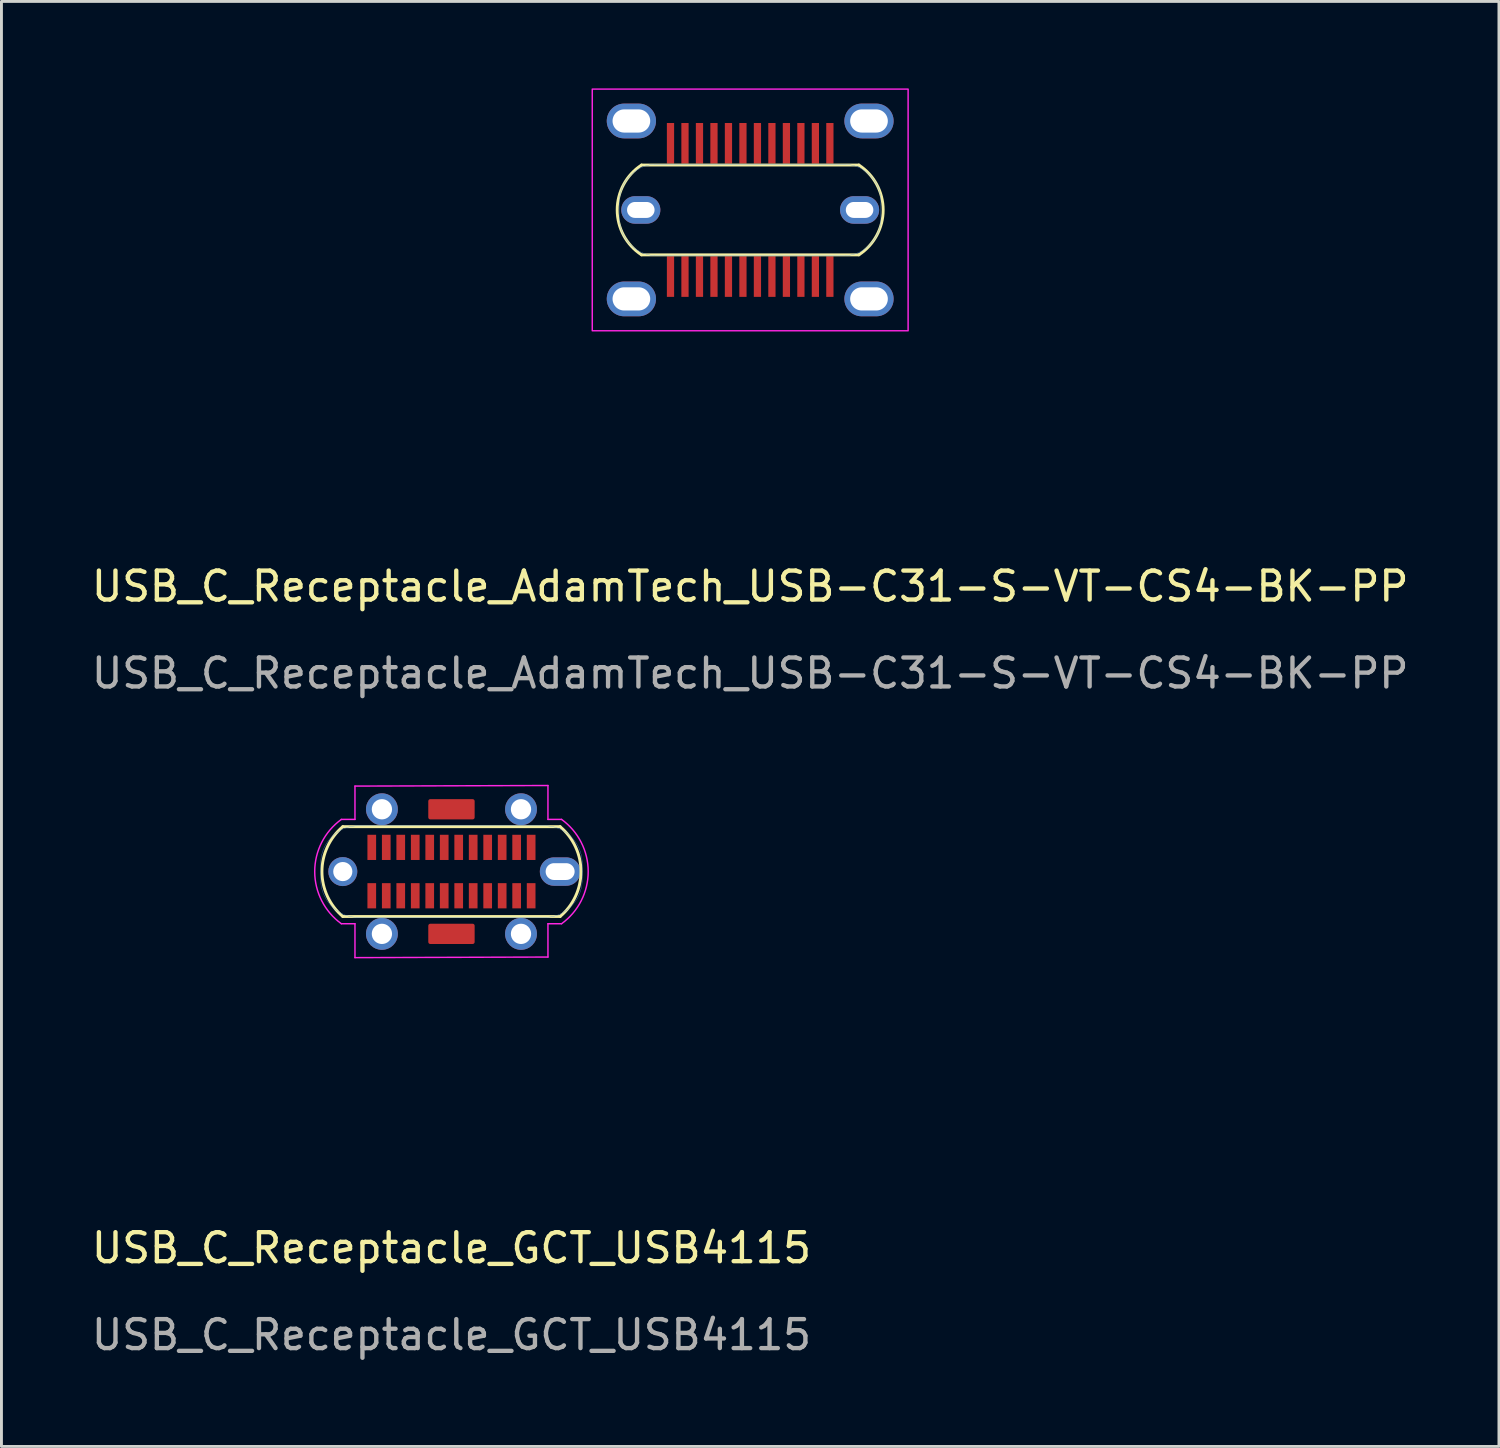
<source format=kicad_pcb>
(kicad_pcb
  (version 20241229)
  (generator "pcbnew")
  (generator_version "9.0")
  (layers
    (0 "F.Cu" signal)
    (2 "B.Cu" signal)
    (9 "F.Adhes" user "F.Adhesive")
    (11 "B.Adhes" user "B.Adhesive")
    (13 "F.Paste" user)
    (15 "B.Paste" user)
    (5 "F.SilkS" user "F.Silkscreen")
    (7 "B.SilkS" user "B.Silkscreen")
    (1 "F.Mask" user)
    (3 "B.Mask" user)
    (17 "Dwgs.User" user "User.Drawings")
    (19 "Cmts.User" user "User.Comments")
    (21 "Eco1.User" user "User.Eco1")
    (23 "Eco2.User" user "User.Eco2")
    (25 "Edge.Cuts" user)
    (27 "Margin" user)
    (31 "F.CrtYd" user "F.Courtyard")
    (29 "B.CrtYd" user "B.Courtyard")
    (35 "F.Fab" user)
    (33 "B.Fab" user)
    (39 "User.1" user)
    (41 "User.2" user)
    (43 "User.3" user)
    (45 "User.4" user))
  (footprint "USB_C_Receptacle_GCT_USB4115"
    (layer "F.Cu")
    (at 12.53 27.028)
    (property "Reference" "USB_C_Receptacle_GCT_USB4115" (at 0 12.99 0) (unlocked yes) (layer "F.SilkS") (effects (font (size 1 1) (thickness 0.15))))
    (attr through_hole)
    (fp_line (start -3.75 -1.55) (end 3.75 -1.55) (stroke (width 0.1) (type solid)) (layer "F.SilkS"))
    (fp_line (start -3.75 1.55) (end 3.75 1.55) (stroke (width 0.1) (type solid)) (layer "F.SilkS"))
    (fp_arc (start -3.75 1.55) (mid -4.469378 0) (end -3.75 -1.55) (stroke (width 0.1) (type solid)) (layer "F.SilkS"))
    (fp_arc (start 3.75 -1.55) (mid 4.469486 0) (end 3.75 1.55) (stroke (width 0.1) (type solid)) (layer "F.SilkS"))
    (fp_line (start -4.51 -0.2) (end -4.51 0.2) (stroke (width 0.01) (type solid)) (layer "Cmts.User"))
    (fp_line (start -3.29 -1.58) (end 3.29 -1.58) (stroke (width 0.01) (type solid)) (layer "Cmts.User"))
    (fp_line (start -3.29 1.58) (end 3.29 1.58) (stroke (width 0.01) (type solid)) (layer "Cmts.User"))
    (fp_line (start 4.51 -0.2) (end 4.51 0.2) (stroke (width 0.01) (type solid)) (layer "Cmts.User"))
    (fp_arc (start -4.51 -0.2) (mid -4.185807 -1.14267) (end -3.29 -1.58) (stroke (width 0.01) (type solid)) (layer "Cmts.User"))
    (fp_arc (start -3.29 1.58) (mid -4.185807 1.14267) (end -4.51 0.2) (stroke (width 0.01) (type solid)) (layer "Cmts.User"))
    (fp_arc (start 3.29 -1.58) (mid 4.185807 -1.14267) (end 4.51 -0.2) (stroke (width 0.01) (type solid)) (layer "Cmts.User"))
    (fp_arc (start 4.51 0.2) (mid 4.185807 1.14267) (end 3.29 1.58) (stroke (width 0.01) (type solid)) (layer "Cmts.User"))
    (fp_line (start -3.8 1.8) (end -3.33 1.8) (stroke (width 0.05) (type solid)) (layer "F.CrtYd"))
    (fp_line (start -3.33 -2.95) (end -3.33 -1.8) (stroke (width 0.05) (type solid)) (layer "F.CrtYd"))
    (fp_line (start -3.33 -1.8) (end -3.8 -1.8) (stroke (width 0.05) (type solid)) (layer "F.CrtYd"))
    (fp_line (start -3.33 1.8) (end -3.33 2.97) (stroke (width 0.05) (type solid)) (layer "F.CrtYd"))
    (fp_line (start -3.33 2.97) (end 3.33 2.95) (stroke (width 0.05) (type solid)) (layer "F.CrtYd"))
    (fp_line (start 3.33 -2.97) (end -3.33 -2.95) (stroke (width 0.05) (type solid)) (layer "F.CrtYd"))
    (fp_line (start 3.33 -1.8) (end 3.33 -2.97) (stroke (width 0.05) (type solid)) (layer "F.CrtYd"))
    (fp_line (start 3.33 1.8) (end 3.8 1.8) (stroke (width 0.05) (type solid)) (layer "F.CrtYd"))
    (fp_line (start 3.33 2.95) (end 3.33 1.8) (stroke (width 0.05) (type solid)) (layer "F.CrtYd"))
    (fp_line (start 3.8 -1.8) (end 3.33 -1.8) (stroke (width 0.05) (type solid)) (layer "F.CrtYd"))
    (fp_arc (start -3.8 1.8) (mid -4.719053 0) (end -3.8 -1.8) (stroke (width 0.05) (type solid)) (layer "F.CrtYd"))
    (fp_arc (start 3.8 -1.8) (mid 4.719053 0) (end 3.8 1.8) (stroke (width 0.05) (type solid)) (layer "F.CrtYd"))
    (fp_text user "${REFERENCE}" (at 0 15.99 0) (unlocked yes) (layer "F.Fab") (effects (font (size 1 1) (thickness 0.15))))
    (pad "A1" smd rect (at -2.75 -0.835 180) (size 0.3 0.87) (layers "F.Cu" "F.Mask" "F.Paste"))
    (pad "A2" smd rect (at -2.25 -0.835 180) (size 0.3 0.87) (layers "F.Cu" "F.Mask" "F.Paste"))
    (pad "A3" smd rect (at -1.75 -0.835 180) (size 0.3 0.87) (layers "F.Cu" "F.Mask" "F.Paste"))
    (pad "A4" smd rect (at -1.25 -0.835 180) (size 0.3 0.87) (layers "F.Cu" "F.Mask" "F.Paste"))
    (pad "A5" smd rect (at -0.75 -0.835 180) (size 0.3 0.87) (layers "F.Cu" "F.Mask" "F.Paste"))
    (pad "A6" smd rect (at -0.25 -0.835 180) (size 0.3 0.87) (layers "F.Cu" "F.Mask" "F.Paste"))
    (pad "A7" smd rect (at 0.25 -0.835 180) (size 0.3 0.87) (layers "F.Cu" "F.Mask" "F.Paste"))
    (pad "A8" smd rect (at 0.75 -0.835 180) (size 0.3 0.87) (layers "F.Cu" "F.Mask" "F.Paste"))
    (pad "A9" smd rect (at 1.25 -0.835 180) (size 0.3 0.87) (layers "F.Cu" "F.Mask" "F.Paste"))
    (pad "A10" smd rect (at 1.75 -0.835 180) (size 0.3 0.87) (layers "F.Cu" "F.Mask" "F.Paste"))
    (pad "A11" smd rect (at 2.25 -0.835 180) (size 0.3 0.87) (layers "F.Cu" "F.Mask" "F.Paste"))
    (pad "A12" smd rect (at 2.75 -0.835 180) (size 0.3 0.87) (layers "F.Cu" "F.Mask" "F.Paste"))
    (pad "B1" smd rect (at 2.75 0.835) (size 0.3 0.87) (layers "F.Cu" "F.Mask" "F.Paste"))
    (pad "B2" smd rect (at 2.25 0.835 180) (size 0.3 0.87) (layers "F.Cu" "F.Mask" "F.Paste"))
    (pad "B3" smd rect (at 1.75 0.835 180) (size 0.3 0.87) (layers "F.Cu" "F.Mask" "F.Paste"))
    (pad "B4" smd rect (at 1.25 0.835) (size 0.3 0.87) (layers "F.Cu" "F.Mask" "F.Paste"))
    (pad "B5" smd rect (at 0.75 0.835) (size 0.3 0.87) (layers "F.Cu" "F.Mask" "F.Paste"))
    (pad "B6" smd rect (at 0.25 0.835) (size 0.3 0.87) (layers "F.Cu" "F.Mask" "F.Paste"))
    (pad "B7" smd rect (at -0.25 0.835) (size 0.3 0.87) (layers "F.Cu" "F.Mask" "F.Paste"))
    (pad "B8" smd rect (at -0.75 0.835) (size 0.3 0.87) (layers "F.Cu" "F.Mask" "F.Paste"))
    (pad "B9" smd rect (at -1.25 0.835) (size 0.3 0.87) (layers "F.Cu" "F.Mask" "F.Paste"))
    (pad "B10" smd rect (at -1.75 0.835 180) (size 0.3 0.87) (layers "F.Cu" "F.Mask" "F.Paste"))
    (pad "B11" smd rect (at -2.25 0.835 180) (size 0.3 0.87) (layers "F.Cu" "F.Mask" "F.Paste"))
    (pad "B12" smd rect (at -2.75 0.835) (size 0.3 0.87) (layers "F.Cu" "F.Mask" "F.Paste"))
    (pad "S" thru_hole circle (at -3.75 0 90) (size 1 1) (drill 0.66) (layers "*.Cu" "*.Mask"))
    (pad "S" thru_hole oval (at 3.75 0) (size 1.4 0.98) (drill oval 1 0.58) (layers "*.Cu" "*.Mask"))
    (pad "SH1" thru_hole circle (at -2.4 -2.15) (size 1.1 1.1) (drill 0.7) (layers "*.Cu" "*.Mask"))
    (pad "SH1" smd roundrect (at 0 -2.15) (size 1.6 0.7) (layers "F.Cu" "F.Mask" "F.Paste") (roundrect_rratio 0.1))
    (pad "SH2" thru_hole circle (at 2.4 -2.15) (size 1.1 1.1) (drill 0.7) (layers "*.Cu" "*.Mask"))
    (pad "SH3" thru_hole circle (at -2.4 2.15) (size 1.1 1.1) (drill 0.7) (layers "*.Cu" "*.Mask"))
    (pad "SH3" smd roundrect (at 0 2.15) (size 1.6 0.7) (layers "F.Cu" "F.Mask" "F.Paste") (roundrect_rratio 0.1))
    (pad "SH4" thru_hole circle (at 2.4 2.15) (size 1.1 1.1) (drill 0.7) (layers "*.Cu" "*.Mask")))
  (footprint "USB_C_Receptacle_AdamTech_USB-C31-S-VT-CS4-BK-PP"
    (layer "F.Cu")
    (at 22.839 4.195)
    (property "Reference" "USB_C_Receptacle_AdamTech_USB-C31-S-VT-CS4-BK-PP" (at 0 12.99 0) (unlocked yes) (layer "F.SilkS") (effects (font (size 1 1) (thickness 0.15))))
    (attr through_hole)
    (fp_line (start -3.75 -1.55) (end 3.75 -1.55) (stroke (width 0.1) (type solid)) (layer "F.SilkS"))
    (fp_line (start -3.75 1.55) (end 3.75 1.55) (stroke (width 0.1) (type solid)) (layer "F.SilkS"))
    (fp_arc (start -3.75 1.55) (mid -4.589644 0) (end -3.75 -1.55) (stroke (width 0.1) (type solid)) (layer "F.SilkS"))
    (fp_arc (start 3.75 -1.55) (mid 4.589831 0) (end 3.75 1.55) (stroke (width 0.1) (type solid)) (layer "F.SilkS"))
    (fp_line (start -4.51 -0.2) (end -4.51 0.2) (stroke (width 0.01) (type solid)) (layer "Cmts.User"))
    (fp_line (start -3.29 -1.58) (end 3.29 -1.58) (stroke (width 0.01) (type solid)) (layer "Cmts.User"))
    (fp_line (start -3.29 1.58) (end 3.29 1.58) (stroke (width 0.01) (type solid)) (layer "Cmts.User"))
    (fp_line (start 4.51 -0.2) (end 4.51 0.2) (stroke (width 0.01) (type solid)) (layer "Cmts.User"))
    (fp_arc (start -4.51 -0.2) (mid -4.185807 -1.14267) (end -3.29 -1.58) (stroke (width 0.01) (type solid)) (layer "Cmts.User"))
    (fp_arc (start -3.29 1.58) (mid -4.185807 1.14267) (end -4.51 0.2) (stroke (width 0.01) (type solid)) (layer "Cmts.User"))
    (fp_arc (start 3.29 -1.58) (mid 4.185807 -1.14267) (end 4.51 -0.2) (stroke (width 0.01) (type solid)) (layer "Cmts.User"))
    (fp_arc (start 4.51 0.2) (mid 4.185807 1.14267) (end 3.29 1.58) (stroke (width 0.01) (type solid)) (layer "Cmts.User"))
    (fp_rect (start -5.45 4.17) (end 5.45 -4.17) (stroke (width 0.05) (type solid)) (fill no) (layer "F.CrtYd"))
    (fp_text user "${REFERENCE}" (at 0 15.99 0) (unlocked yes) (layer "F.Fab") (effects (font (size 1 1) (thickness 0.15))))
    (pad "A1" smd rect (at -2.75 -2.3 180) (size 0.25 1.4) (layers "F.Cu" "F.Mask" "F.Paste"))
    (pad "A2" smd rect (at -2.25 -2.3 180) (size 0.25 1.4) (layers "F.Cu" "F.Mask" "F.Paste"))
    (pad "A3" smd rect (at -1.75 -2.3 180) (size 0.25 1.4) (layers "F.Cu" "F.Mask" "F.Paste"))
    (pad "A4" smd rect (at -1.25 -2.3 180) (size 0.25 1.4) (layers "F.Cu" "F.Mask" "F.Paste"))
    (pad "A5" smd rect (at -0.75 -2.3 180) (size 0.25 1.4) (layers "F.Cu" "F.Mask" "F.Paste"))
    (pad "A6" smd rect (at -0.25 -2.3 180) (size 0.25 1.4) (layers "F.Cu" "F.Mask" "F.Paste"))
    (pad "A7" smd rect (at 0.25 -2.3 180) (size 0.25 1.4) (layers "F.Cu" "F.Mask" "F.Paste"))
    (pad "A8" smd rect (at 0.75 -2.3 180) (size 0.25 1.4) (layers "F.Cu" "F.Mask" "F.Paste"))
    (pad "A9" smd rect (at 1.25 -2.3 180) (size 0.25 1.4) (layers "F.Cu" "F.Mask" "F.Paste"))
    (pad "A10" smd rect (at 1.75 -2.3 180) (size 0.25 1.4) (layers "F.Cu" "F.Mask" "F.Paste"))
    (pad "A11" smd rect (at 2.25 -2.3 180) (size 0.25 1.4) (layers "F.Cu" "F.Mask" "F.Paste"))
    (pad "A12" smd rect (at 2.75 -2.3 180) (size 0.25 1.4) (layers "F.Cu" "F.Mask" "F.Paste"))
    (pad "B1" smd rect (at 2.75 2.3) (size 0.25 1.4) (layers "F.Cu" "F.Mask" "F.Paste"))
    (pad "B2" smd rect (at 2.25 2.3 180) (size 0.25 1.4) (layers "F.Cu" "F.Mask" "F.Paste"))
    (pad "B3" smd rect (at 1.75 2.3 180) (size 0.25 1.4) (layers "F.Cu" "F.Mask" "F.Paste"))
    (pad "B4" smd rect (at 1.25 2.3) (size 0.25 1.4) (layers "F.Cu" "F.Mask" "F.Paste"))
    (pad "B5" smd rect (at 0.75 2.3) (size 0.25 1.4) (layers "F.Cu" "F.Mask" "F.Paste"))
    (pad "B6" smd rect (at 0.25 2.3) (size 0.25 1.4) (layers "F.Cu" "F.Mask" "F.Paste"))
    (pad "B7" smd rect (at -0.25 2.3) (size 0.25 1.4) (layers "F.Cu" "F.Mask" "F.Paste"))
    (pad "B8" smd rect (at -0.75 2.3) (size 0.25 1.4) (layers "F.Cu" "F.Mask" "F.Paste"))
    (pad "B9" smd rect (at -1.25 2.3) (size 0.25 1.4) (layers "F.Cu" "F.Mask" "F.Paste"))
    (pad "B10" smd rect (at -1.75 2.3 180) (size 0.25 1.4) (layers "F.Cu" "F.Mask" "F.Paste"))
    (pad "B11" smd rect (at -2.25 2.3 180) (size 0.25 1.4) (layers "F.Cu" "F.Mask" "F.Paste"))
    (pad "B12" smd rect (at -2.75 2.3) (size 0.25 1.4) (layers "F.Cu" "F.Mask" "F.Paste"))
    (pad "S" thru_hole oval (at -3.775 0) (size 1.35 0.95) (drill oval 0.95 0.55) (layers "*.Cu" "*.Mask"))
    (pad "S" thru_hole oval (at 3.775 0) (size 1.35 0.95) (drill oval 0.95 0.55) (layers "*.Cu" "*.Mask"))
    (pad "SH1" thru_hole oval (at -4.1 -3.07) (size 1.7 1.2) (drill oval 1.3 0.8) (layers "*.Cu" "*.Mask"))
    (pad "SH2" thru_hole oval (at 4.1 -3.07) (size 1.7 1.2) (drill oval 1.3 0.8) (layers "*.Cu" "*.Mask"))
    (pad "SH3" thru_hole oval (at -4.1 3.07) (size 1.7 1.2) (drill oval 1.3 0.8) (layers "*.Cu" "*.Mask"))
    (pad "SH4" thru_hole oval (at 4.1 3.07) (size 1.7 1.2) (drill oval 1.3 0.8) (layers "*.Cu" "*.Mask")))
  (gr_rect
    (start -3 -3)
    (end 48.679 46.867)
    (stroke (width 0.1) (type default))
    (fill no)
    (layer "Edge.Cuts")))
</source>
